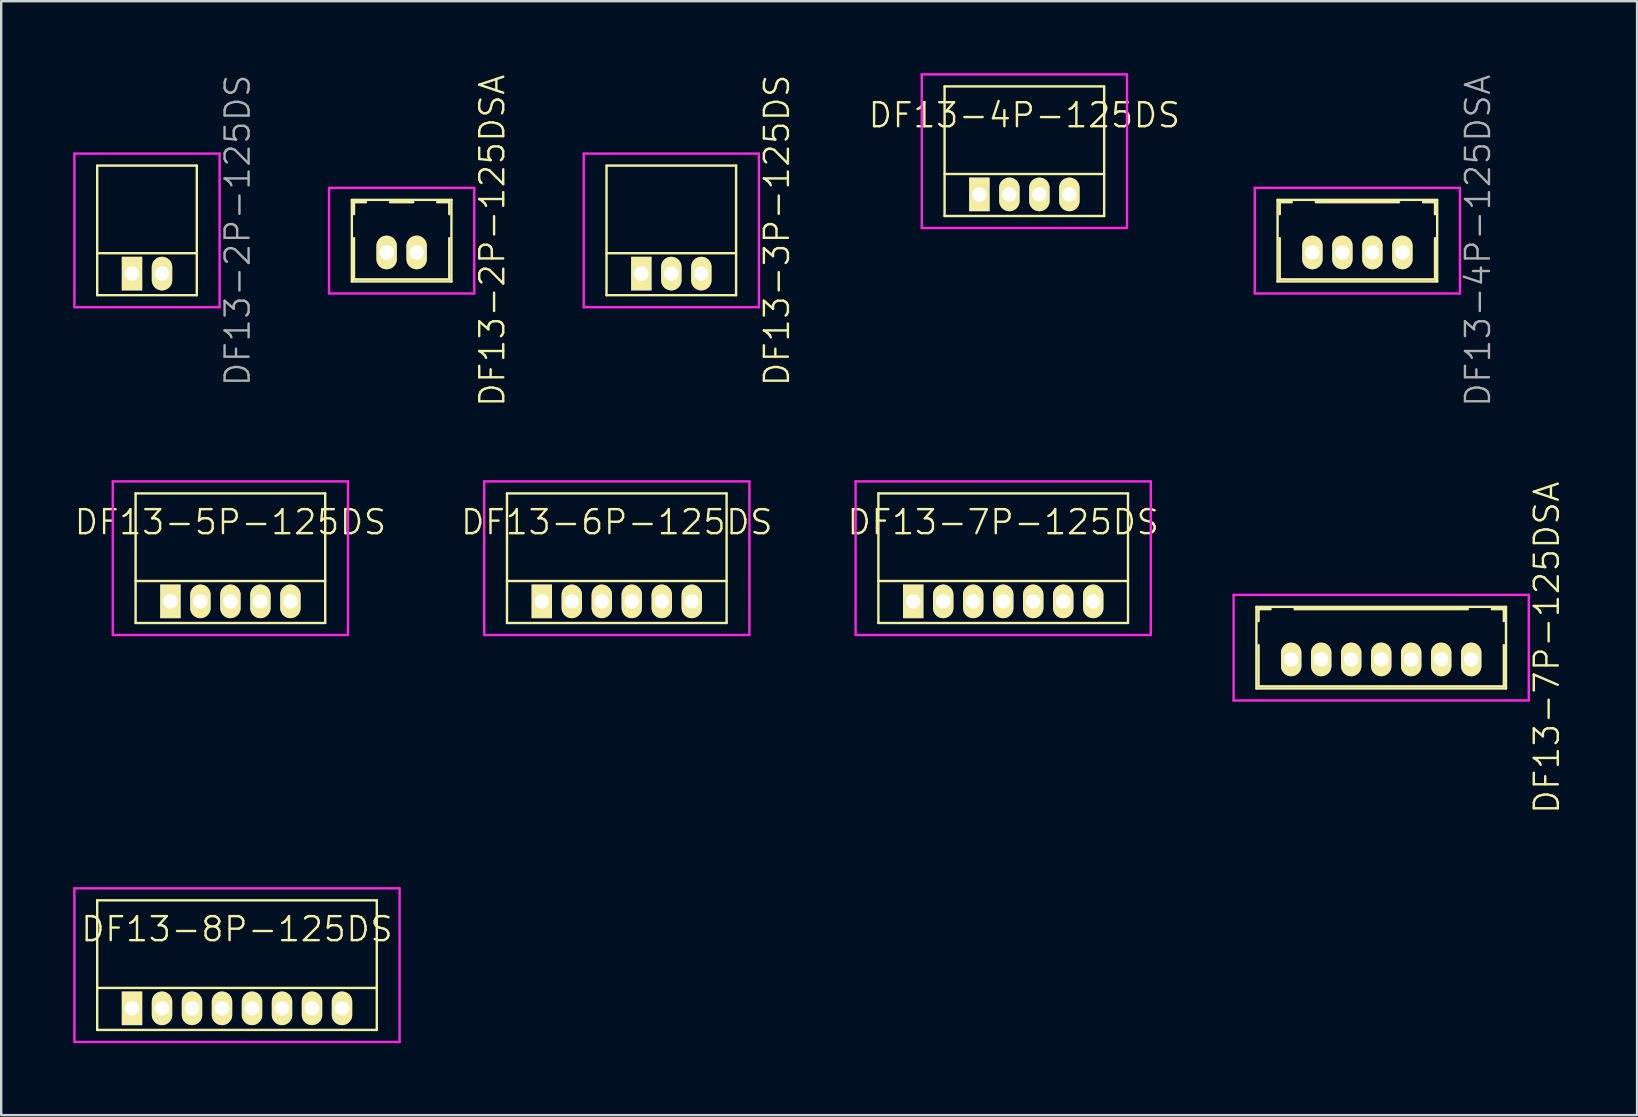
<source format=kicad_pcb>
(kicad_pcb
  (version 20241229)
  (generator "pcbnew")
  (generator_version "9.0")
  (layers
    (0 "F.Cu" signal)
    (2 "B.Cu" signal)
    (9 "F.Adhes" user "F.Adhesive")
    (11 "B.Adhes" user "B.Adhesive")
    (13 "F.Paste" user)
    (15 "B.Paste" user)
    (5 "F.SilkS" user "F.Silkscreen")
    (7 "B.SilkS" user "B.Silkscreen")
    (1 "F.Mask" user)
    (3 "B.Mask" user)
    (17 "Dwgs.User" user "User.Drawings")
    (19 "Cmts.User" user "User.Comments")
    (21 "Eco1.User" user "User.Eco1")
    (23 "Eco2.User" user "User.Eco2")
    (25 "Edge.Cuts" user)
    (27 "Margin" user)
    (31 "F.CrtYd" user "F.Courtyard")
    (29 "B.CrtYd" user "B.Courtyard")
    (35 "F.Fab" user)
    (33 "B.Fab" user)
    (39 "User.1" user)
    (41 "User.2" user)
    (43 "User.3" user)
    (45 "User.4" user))
  (footprint "DF13-6P-125DS"
    (layer "F.Cu")
    (at 22.65 22.007)
    (property "Reference" "DF13-6P-125DS" (at 0 -3.3 0) (layer "F.SilkS") (effects (font (size 1 1) (thickness 0.1))))
    (attr through_hole)
    (fp_line (start -4.575 -4.5) (end -4.575 0.9) (stroke (width 0.1) (type solid)) (layer "F.SilkS"))
    (fp_line (start -4.575 -4.5) (end 4.575 -4.5) (stroke (width 0.1) (type solid)) (layer "F.SilkS"))
    (fp_line (start -4.575 -0.85) (end 4.575 -0.85) (stroke (width 0.1) (type solid)) (layer "F.SilkS"))
    (fp_line (start -4.575 0.9) (end 4.575 0.9) (stroke (width 0.1) (type solid)) (layer "F.SilkS"))
    (fp_line (start 4.575 -4.5) (end 4.575 0.9) (stroke (width 0.1) (type solid)) (layer "F.SilkS"))
    (fp_line (start -5.525 -5) (end -5.525 1.4) (stroke (width 0.1) (type solid)) (layer "F.CrtYd"))
    (fp_line (start -5.525 1.4) (end 5.525 1.4) (stroke (width 0.1) (type solid)) (layer "F.CrtYd"))
    (fp_line (start 5.525 -5) (end -5.525 -5) (stroke (width 0.1) (type solid)) (layer "F.CrtYd"))
    (fp_line (start 5.525 1.4) (end 5.525 -5) (stroke (width 0.1) (type solid)) (layer "F.CrtYd"))
    (pad "1" thru_hole rect (at -3.125 0) (size 0.85 1.4) (drill 0.6) (layers "*.Cu" "*.Mask" "F.SilkS"))
    (pad "2" thru_hole oval (at -1.875 0) (size 0.85 1.4) (drill 0.6) (layers "*.Cu" "*.Mask" "F.SilkS"))
    (pad "3" thru_hole oval (at -0.625 0) (size 0.85 1.4) (drill 0.6) (layers "*.Cu" "*.Mask" "F.SilkS"))
    (pad "4" thru_hole oval (at 0.625 0) (size 0.85 1.4) (drill 0.6) (layers "*.Cu" "*.Mask" "F.SilkS"))
    (pad "5" thru_hole oval (at 1.875 0) (size 0.85 1.4) (drill 0.6) (layers "*.Cu" "*.Mask" "F.SilkS"))
    (pad "6" thru_hole oval (at 3.125 0) (size 0.85 1.4) (drill 0.6) (layers "*.Cu" "*.Mask" "F.SilkS")))
  (footprint "DF13-2P-125DSA"
    (layer "F.Cu")
    (at 13.685 7.469)
    (property "Reference" "DF13-2P-125DSA" (at 3.775 -0.49 90) (layer "F.SilkS") (effects (font (size 1 1) (thickness 0.1))))
    (attr through_hole)
    (fp_line (start -2.075 -2.19) (end -2.075 1.21) (stroke (width 0.1) (type solid)) (layer "F.SilkS"))
    (fp_line (start -2.075 -2.19) (end 2.075 -2.19) (stroke (width 0.1) (type solid)) (layer "F.SilkS"))
    (fp_line (start -2.075 1.21) (end 2.075 1.21) (stroke (width 0.1) (type solid)) (layer "F.SilkS"))
    (fp_line (start -1.985 -2.095) (end -1.985 -1.595) (stroke (width 0.1) (type solid)) (layer "F.SilkS"))
    (fp_line (start -1.985 -2.095) (end -1.485 -2.095) (stroke (width 0.1) (type solid)) (layer "F.SilkS"))
    (fp_line (start -1.985 -0.595) (end -1.985 1.12) (stroke (width 0.1) (type solid)) (layer "F.SilkS"))
    (fp_line (start -1.985 1.12) (end 1.985 1.12) (stroke (width 0.1) (type solid)) (layer "F.SilkS"))
    (fp_line (start -0.485 -2.095) (end 0.485 -2.095) (stroke (width 0.1) (type solid)) (layer "F.SilkS"))
    (fp_line (start 1.485 -2.095) (end 1.985 -2.095) (stroke (width 0.1) (type solid)) (layer "F.SilkS"))
    (fp_line (start 1.985 -2.095) (end 1.985 -1.595) (stroke (width 0.1) (type solid)) (layer "F.SilkS"))
    (fp_line (start 1.985 -0.595) (end 1.985 1.12) (stroke (width 0.1) (type solid)) (layer "F.SilkS"))
    (fp_line (start 2.075 -2.19) (end 2.075 1.21) (stroke (width 0.1) (type solid)) (layer "F.SilkS"))
    (fp_line (start -3.025 -2.69) (end -3.025 1.71) (stroke (width 0.1) (type solid)) (layer "F.CrtYd"))
    (fp_line (start -3.025 1.71) (end 3.025 1.71) (stroke (width 0.1) (type solid)) (layer "F.CrtYd"))
    (fp_line (start 3.025 -2.69) (end -3.025 -2.69) (stroke (width 0.1) (type solid)) (layer "F.CrtYd"))
    (fp_line (start 3.025 1.71) (end 3.025 -2.69) (stroke (width 0.1) (type solid)) (layer "F.CrtYd"))
    (pad "1" thru_hole oval (at -0.625 0) (size 0.85 1.4) (drill 0.6) (layers "*.Cu" "*.Mask" "F.SilkS"))
    (pad "2" thru_hole oval (at 0.625 0) (size 0.85 1.4) (drill 0.6) (layers "*.Cu" "*.Mask" "F.SilkS")))
  (footprint "DF13-7P-125DS"
    (layer "F.Cu")
    (at 38.75 22.007)
    (property "Reference" "DF13-7P-125DS" (at 0 -3.3 0) (layer "F.SilkS") (effects (font (size 1 1) (thickness 0.1))))
    (attr through_hole)
    (fp_line (start -5.2 -4.5) (end -5.2 0.9) (stroke (width 0.1) (type solid)) (layer "F.SilkS"))
    (fp_line (start -5.2 -4.5) (end 5.2 -4.5) (stroke (width 0.1) (type solid)) (layer "F.SilkS"))
    (fp_line (start -5.2 -0.85) (end 5.2 -0.85) (stroke (width 0.1) (type solid)) (layer "F.SilkS"))
    (fp_line (start -5.2 0.9) (end 5.2 0.9) (stroke (width 0.1) (type solid)) (layer "F.SilkS"))
    (fp_line (start 5.2 -4.5) (end 5.2 0.9) (stroke (width 0.1) (type solid)) (layer "F.SilkS"))
    (fp_line (start -6.15 -5) (end -6.15 1.4) (stroke (width 0.1) (type solid)) (layer "F.CrtYd"))
    (fp_line (start -6.15 1.4) (end 6.15 1.4) (stroke (width 0.1) (type solid)) (layer "F.CrtYd"))
    (fp_line (start 6.15 -5) (end -6.15 -5) (stroke (width 0.1) (type solid)) (layer "F.CrtYd"))
    (fp_line (start 6.15 1.4) (end 6.15 -5) (stroke (width 0.1) (type solid)) (layer "F.CrtYd"))
    (pad "1" thru_hole rect (at -3.75 0) (size 0.85 1.4) (drill 0.6) (layers "*.Cu" "*.Mask" "F.SilkS"))
    (pad "2" thru_hole oval (at -2.5 0) (size 0.85 1.4) (drill 0.6) (layers "*.Cu" "*.Mask" "F.SilkS"))
    (pad "3" thru_hole oval (at -1.25 0) (size 0.85 1.4) (drill 0.6) (layers "*.Cu" "*.Mask" "F.SilkS"))
    (pad "4" thru_hole oval (at 0 0) (size 0.85 1.4) (drill 0.6) (layers "*.Cu" "*.Mask" "F.SilkS"))
    (pad "5" thru_hole oval (at 1.25 0) (size 0.85 1.4) (drill 0.6) (layers "*.Cu" "*.Mask" "F.SilkS"))
    (pad "6" thru_hole oval (at 2.5 0) (size 0.85 1.4) (drill 0.6) (layers "*.Cu" "*.Mask" "F.SilkS"))
    (pad "7" thru_hole oval (at 3.75 0) (size 0.85 1.4) (drill 0.6) (layers "*.Cu" "*.Mask" "F.SilkS")))
  (footprint "DF13-2P-125DS"
    (layer "F.Cu")
    (at 3.075 8.35)
    (property "Reference" "DF13-2P-125DS" (at 3.775 -1.8 90) (layer "F.Fab") (effects (font (size 1 1) (thickness 0.1))))
    (attr through_hole)
    (fp_line (start -2.075 -4.5) (end -2.075 0.9) (stroke (width 0.1) (type solid)) (layer "F.SilkS"))
    (fp_line (start -2.075 -4.5) (end 2.075 -4.5) (stroke (width 0.1) (type solid)) (layer "F.SilkS"))
    (fp_line (start -2.075 -0.85) (end 2.075 -0.85) (stroke (width 0.1) (type solid)) (layer "F.SilkS"))
    (fp_line (start -2.075 0.9) (end 2.075 0.9) (stroke (width 0.1) (type solid)) (layer "F.SilkS"))
    (fp_line (start 2.075 -4.5) (end 2.075 0.9) (stroke (width 0.1) (type solid)) (layer "F.SilkS"))
    (fp_line (start -3.025 -5) (end -3.025 1.4) (stroke (width 0.1) (type solid)) (layer "F.CrtYd"))
    (fp_line (start -3.025 1.4) (end 3.025 1.4) (stroke (width 0.1) (type solid)) (layer "F.CrtYd"))
    (fp_line (start 3.025 -5) (end -3.025 -5) (stroke (width 0.1) (type solid)) (layer "F.CrtYd"))
    (fp_line (start 3.025 1.4) (end 3.025 -5) (stroke (width 0.1) (type solid)) (layer "F.CrtYd"))
    (pad "1" thru_hole rect (at -0.625 0) (size 0.85 1.4) (drill 0.6) (layers "*.Cu" "*.Mask" "F.SilkS"))
    (pad "2" thru_hole oval (at 0.625 0) (size 0.85 1.4) (drill 0.6) (layers "*.Cu" "*.Mask" "F.SilkS")))
  (footprint "DF13-4P-125DSA"
    (layer "F.Cu")
    (at 53.507 7.469)
    (property "Reference" "DF13-4P-125DSA" (at 5.025 -0.49 90) (layer "F.Fab") (effects (font (size 1 1) (thickness 0.1))))
    (attr through_hole)
    (fp_line (start -3.325 -2.19) (end -3.325 1.21) (stroke (width 0.1) (type solid)) (layer "F.SilkS"))
    (fp_line (start -3.325 -2.19) (end 3.325 -2.19) (stroke (width 0.1) (type solid)) (layer "F.SilkS"))
    (fp_line (start -3.325 1.21) (end 3.325 1.21) (stroke (width 0.1) (type solid)) (layer "F.SilkS"))
    (fp_line (start -3.235 -2.095) (end -3.235 -1.595) (stroke (width 0.1) (type solid)) (layer "F.SilkS"))
    (fp_line (start -3.235 -2.095) (end -2.735 -2.095) (stroke (width 0.1) (type solid)) (layer "F.SilkS"))
    (fp_line (start -3.235 -0.595) (end -3.235 1.12) (stroke (width 0.1) (type solid)) (layer "F.SilkS"))
    (fp_line (start -3.235 1.12) (end 3.235 1.12) (stroke (width 0.1) (type solid)) (layer "F.SilkS"))
    (fp_line (start -1.735 -2.095) (end 1.735 -2.095) (stroke (width 0.1) (type solid)) (layer "F.SilkS"))
    (fp_line (start 2.735 -2.095) (end 3.235 -2.095) (stroke (width 0.1) (type solid)) (layer "F.SilkS"))
    (fp_line (start 3.235 -2.095) (end 3.235 -1.595) (stroke (width 0.1) (type solid)) (layer "F.SilkS"))
    (fp_line (start 3.235 -0.595) (end 3.235 1.12) (stroke (width 0.1) (type solid)) (layer "F.SilkS"))
    (fp_line (start 3.325 -2.19) (end 3.325 1.21) (stroke (width 0.1) (type solid)) (layer "F.SilkS"))
    (fp_line (start -4.275 -2.69) (end -4.275 1.71) (stroke (width 0.1) (type solid)) (layer "F.CrtYd"))
    (fp_line (start -4.275 1.71) (end 4.275 1.71) (stroke (width 0.1) (type solid)) (layer "F.CrtYd"))
    (fp_line (start 4.275 -2.69) (end -4.275 -2.69) (stroke (width 0.1) (type solid)) (layer "F.CrtYd"))
    (fp_line (start 4.275 1.71) (end 4.275 -2.69) (stroke (width 0.1) (type solid)) (layer "F.CrtYd"))
    (pad "1" thru_hole oval (at -1.875 0) (size 0.85 1.4) (drill 0.6) (layers "*.Cu" "*.Mask" "F.SilkS"))
    (pad "2" thru_hole oval (at -0.625 0) (size 0.85 1.4) (drill 0.6) (layers "*.Cu" "*.Mask" "F.SilkS"))
    (pad "3" thru_hole oval (at 0.625 0) (size 0.85 1.4) (drill 0.6) (layers "*.Cu" "*.Mask" "F.SilkS"))
    (pad "4" thru_hole oval (at 1.875 0) (size 0.85 1.4) (drill 0.6) (layers "*.Cu" "*.Mask" "F.SilkS")))
  (footprint "DF13-4P-125DS"
    (layer "F.Cu")
    (at 39.632 5.05)
    (property "Reference" "DF13-4P-125DS" (at 0 -3.3 0) (layer "F.SilkS") (effects (font (size 1 1) (thickness 0.1))))
    (attr through_hole)
    (fp_line (start -3.325 -4.5) (end -3.325 0.9) (stroke (width 0.1) (type solid)) (layer "F.SilkS"))
    (fp_line (start -3.325 -4.5) (end 3.325 -4.5) (stroke (width 0.1) (type solid)) (layer "F.SilkS"))
    (fp_line (start -3.325 -0.85) (end 3.325 -0.85) (stroke (width 0.1) (type solid)) (layer "F.SilkS"))
    (fp_line (start -3.325 0.9) (end 3.325 0.9) (stroke (width 0.1) (type solid)) (layer "F.SilkS"))
    (fp_line (start 3.325 -4.5) (end 3.325 0.9) (stroke (width 0.1) (type solid)) (layer "F.SilkS"))
    (fp_line (start -4.275 -5) (end -4.275 1.4) (stroke (width 0.1) (type solid)) (layer "F.CrtYd"))
    (fp_line (start -4.275 1.4) (end 4.275 1.4) (stroke (width 0.1) (type solid)) (layer "F.CrtYd"))
    (fp_line (start 4.275 -5) (end -4.275 -5) (stroke (width 0.1) (type solid)) (layer "F.CrtYd"))
    (fp_line (start 4.275 1.4) (end 4.275 -5) (stroke (width 0.1) (type solid)) (layer "F.CrtYd"))
    (pad "1" thru_hole rect (at -1.875 0) (size 0.85 1.4) (drill 0.6) (layers "*.Cu" "*.Mask" "F.SilkS"))
    (pad "2" thru_hole oval (at -0.625 0) (size 0.85 1.4) (drill 0.6) (layers "*.Cu" "*.Mask" "F.SilkS"))
    (pad "3" thru_hole oval (at 0.625 0) (size 0.85 1.4) (drill 0.6) (layers "*.Cu" "*.Mask" "F.SilkS"))
    (pad "4" thru_hole oval (at 1.875 0) (size 0.85 1.4) (drill 0.6) (layers "*.Cu" "*.Mask" "F.SilkS")))
  (footprint "DF13-8P-125DS"
    (layer "F.Cu")
    (at 6.825 38.964)
    (property "Reference" "DF13-8P-125DS" (at 0 -3.3 0) (layer "F.SilkS") (effects (font (size 1 1) (thickness 0.1))))
    (attr through_hole)
    (fp_line (start -5.825 -4.5) (end -5.825 0.9) (stroke (width 0.1) (type solid)) (layer "F.SilkS"))
    (fp_line (start -5.825 -4.5) (end 5.825 -4.5) (stroke (width 0.1) (type solid)) (layer "F.SilkS"))
    (fp_line (start -5.825 -0.85) (end 5.825 -0.85) (stroke (width 0.1) (type solid)) (layer "F.SilkS"))
    (fp_line (start -5.825 0.9) (end 5.825 0.9) (stroke (width 0.1) (type solid)) (layer "F.SilkS"))
    (fp_line (start 5.825 -4.5) (end 5.825 0.9) (stroke (width 0.1) (type solid)) (layer "F.SilkS"))
    (fp_line (start -6.775 -5) (end -6.775 1.4) (stroke (width 0.1) (type solid)) (layer "F.CrtYd"))
    (fp_line (start -6.775 1.4) (end 6.775 1.4) (stroke (width 0.1) (type solid)) (layer "F.CrtYd"))
    (fp_line (start 6.775 -5) (end -6.775 -5) (stroke (width 0.1) (type solid)) (layer "F.CrtYd"))
    (fp_line (start 6.775 1.4) (end 6.775 -5) (stroke (width 0.1) (type solid)) (layer "F.CrtYd"))
    (pad "1" thru_hole rect (at -4.375 0) (size 0.85 1.4) (drill 0.6) (layers "*.Cu" "*.Mask" "F.SilkS"))
    (pad "2" thru_hole oval (at -3.125 0) (size 0.85 1.4) (drill 0.6) (layers "*.Cu" "*.Mask" "F.SilkS"))
    (pad "3" thru_hole oval (at -1.875 0) (size 0.85 1.4) (drill 0.6) (layers "*.Cu" "*.Mask" "F.SilkS"))
    (pad "4" thru_hole oval (at -0.625 0) (size 0.85 1.4) (drill 0.6) (layers "*.Cu" "*.Mask" "F.SilkS"))
    (pad "5" thru_hole oval (at 0.625 0) (size 0.85 1.4) (drill 0.6) (layers "*.Cu" "*.Mask" "F.SilkS"))
    (pad "6" thru_hole oval (at 1.875 0) (size 0.85 1.4) (drill 0.6) (layers "*.Cu" "*.Mask" "F.SilkS"))
    (pad "7" thru_hole oval (at 3.125 0) (size 0.85 1.4) (drill 0.6) (layers "*.Cu" "*.Mask" "F.SilkS"))
    (pad "8" thru_hole oval (at 4.375 0) (size 0.85 1.4) (drill 0.6) (layers "*.Cu" "*.Mask" "F.SilkS")))
  (footprint "DF13-7P-125DSA"
    (layer "F.Cu")
    (at 54.5 24.426)
    (property "Reference" "DF13-7P-125DSA" (at 6.9 -0.49 90) (layer "F.SilkS") (effects (font (size 1 1) (thickness 0.1))))
    (attr through_hole)
    (fp_line (start -5.2 -2.19) (end -5.2 1.21) (stroke (width 0.1) (type solid)) (layer "F.SilkS"))
    (fp_line (start -5.2 -2.19) (end 5.2 -2.19) (stroke (width 0.1) (type solid)) (layer "F.SilkS"))
    (fp_line (start -5.2 1.21) (end 5.2 1.21) (stroke (width 0.1) (type solid)) (layer "F.SilkS"))
    (fp_line (start -5.11 -2.095) (end -5.11 -1.595) (stroke (width 0.1) (type solid)) (layer "F.SilkS"))
    (fp_line (start -5.11 -2.095) (end -4.61 -2.095) (stroke (width 0.1) (type solid)) (layer "F.SilkS"))
    (fp_line (start -5.11 -0.595) (end -5.11 1.12) (stroke (width 0.1) (type solid)) (layer "F.SilkS"))
    (fp_line (start -5.11 1.12) (end 5.11 1.12) (stroke (width 0.1) (type solid)) (layer "F.SilkS"))
    (fp_line (start -3.61 -2.095) (end 3.61 -2.095) (stroke (width 0.1) (type solid)) (layer "F.SilkS"))
    (fp_line (start 4.61 -2.095) (end 5.11 -2.095) (stroke (width 0.1) (type solid)) (layer "F.SilkS"))
    (fp_line (start 5.11 -2.095) (end 5.11 -1.595) (stroke (width 0.1) (type solid)) (layer "F.SilkS"))
    (fp_line (start 5.11 -0.595) (end 5.11 1.12) (stroke (width 0.1) (type solid)) (layer "F.SilkS"))
    (fp_line (start 5.2 -2.19) (end 5.2 1.21) (stroke (width 0.1) (type solid)) (layer "F.SilkS"))
    (fp_line (start -6.15 -2.69) (end -6.15 1.71) (stroke (width 0.1) (type solid)) (layer "F.CrtYd"))
    (fp_line (start -6.15 1.71) (end 6.15 1.71) (stroke (width 0.1) (type solid)) (layer "F.CrtYd"))
    (fp_line (start 6.15 -2.69) (end -6.15 -2.69) (stroke (width 0.1) (type solid)) (layer "F.CrtYd"))
    (fp_line (start 6.15 1.71) (end 6.15 -2.69) (stroke (width 0.1) (type solid)) (layer "F.CrtYd"))
    (pad "1" thru_hole oval (at -3.75 0) (size 0.85 1.4) (drill 0.6) (layers "*.Cu" "*.Mask" "F.SilkS"))
    (pad "2" thru_hole oval (at -2.5 0) (size 0.85 1.4) (drill 0.6) (layers "*.Cu" "*.Mask" "F.SilkS"))
    (pad "3" thru_hole oval (at -1.25 0) (size 0.85 1.4) (drill 0.6) (layers "*.Cu" "*.Mask" "F.SilkS"))
    (pad "4" thru_hole oval (at 0 0) (size 0.85 1.4) (drill 0.6) (layers "*.Cu" "*.Mask" "F.SilkS"))
    (pad "5" thru_hole oval (at 1.25 0) (size 0.85 1.4) (drill 0.6) (layers "*.Cu" "*.Mask" "F.SilkS"))
    (pad "6" thru_hole oval (at 2.5 0) (size 0.85 1.4) (drill 0.6) (layers "*.Cu" "*.Mask" "F.SilkS"))
    (pad "7" thru_hole oval (at 3.75 0) (size 0.85 1.4) (drill 0.6) (layers "*.Cu" "*.Mask" "F.SilkS")))
  (footprint "DF13-3P-125DS"
    (layer "F.Cu")
    (at 24.921 8.35)
    (property "Reference" "DF13-3P-125DS" (at 4.4 -1.8 90) (layer "F.SilkS") (effects (font (size 1 1) (thickness 0.1))))
    (attr through_hole)
    (fp_line (start -2.7 -4.5) (end -2.7 0.9) (stroke (width 0.1) (type solid)) (layer "F.SilkS"))
    (fp_line (start -2.7 -4.5) (end 2.7 -4.5) (stroke (width 0.1) (type solid)) (layer "F.SilkS"))
    (fp_line (start -2.7 -0.85) (end 2.7 -0.85) (stroke (width 0.1) (type solid)) (layer "F.SilkS"))
    (fp_line (start -2.7 0.9) (end 2.7 0.9) (stroke (width 0.1) (type solid)) (layer "F.SilkS"))
    (fp_line (start 2.7 -4.5) (end 2.7 0.9) (stroke (width 0.1) (type solid)) (layer "F.SilkS"))
    (fp_line (start -3.65 -5) (end -3.65 1.4) (stroke (width 0.1) (type solid)) (layer "F.CrtYd"))
    (fp_line (start -3.65 1.4) (end 3.65 1.4) (stroke (width 0.1) (type solid)) (layer "F.CrtYd"))
    (fp_line (start 3.65 -5) (end -3.65 -5) (stroke (width 0.1) (type solid)) (layer "F.CrtYd"))
    (fp_line (start 3.65 1.4) (end 3.65 -5) (stroke (width 0.1) (type solid)) (layer "F.CrtYd"))
    (pad "1" thru_hole rect (at -1.25 0) (size 0.85 1.4) (drill 0.6) (layers "*.Cu" "*.Mask" "F.SilkS"))
    (pad "2" thru_hole oval (at 0 0) (size 0.85 1.4) (drill 0.6) (layers "*.Cu" "*.Mask" "F.SilkS"))
    (pad "3" thru_hole oval (at 1.25 0) (size 0.85 1.4) (drill 0.6) (layers "*.Cu" "*.Mask" "F.SilkS")))
  (footprint "DF13-5P-125DS"
    (layer "F.Cu")
    (at 6.55 22.007)
    (property "Reference" "DF13-5P-125DS" (at 0 -3.3 0) (layer "F.SilkS") (effects (font (size 1 1) (thickness 0.1))))
    (attr through_hole)
    (fp_line (start -3.95 -4.5) (end -3.95 0.9) (stroke (width 0.1) (type solid)) (layer "F.SilkS"))
    (fp_line (start -3.95 -4.5) (end 3.95 -4.5) (stroke (width 0.1) (type solid)) (layer "F.SilkS"))
    (fp_line (start -3.95 -0.85) (end 3.95 -0.85) (stroke (width 0.1) (type solid)) (layer "F.SilkS"))
    (fp_line (start -3.95 0.9) (end 3.95 0.9) (stroke (width 0.1) (type solid)) (layer "F.SilkS"))
    (fp_line (start 3.95 -4.5) (end 3.95 0.9) (stroke (width 0.1) (type solid)) (layer "F.SilkS"))
    (fp_line (start -4.9 -5) (end -4.9 1.4) (stroke (width 0.1) (type solid)) (layer "F.CrtYd"))
    (fp_line (start -4.9 1.4) (end 4.9 1.4) (stroke (width 0.1) (type solid)) (layer "F.CrtYd"))
    (fp_line (start 4.9 -5) (end -4.9 -5) (stroke (width 0.1) (type solid)) (layer "F.CrtYd"))
    (fp_line (start 4.9 1.4) (end 4.9 -5) (stroke (width 0.1) (type solid)) (layer "F.CrtYd"))
    (pad "1" thru_hole rect (at -2.5 0) (size 0.85 1.4) (drill 0.6) (layers "*.Cu" "*.Mask" "F.SilkS"))
    (pad "2" thru_hole oval (at -1.25 0) (size 0.85 1.4) (drill 0.6) (layers "*.Cu" "*.Mask" "F.SilkS"))
    (pad "3" thru_hole oval (at 0 0) (size 0.85 1.4) (drill 0.6) (layers "*.Cu" "*.Mask" "F.SilkS"))
    (pad "4" thru_hole oval (at 1.25 0) (size 0.85 1.4) (drill 0.6) (layers "*.Cu" "*.Mask" "F.SilkS"))
    (pad "5" thru_hole oval (at 2.5 0) (size 0.85 1.4) (drill 0.6) (layers "*.Cu" "*.Mask" "F.SilkS")))
  (gr_rect
    (start -3 -3)
    (end 65.16 43.414)
    (stroke (width 0.1) (type default))
    (fill no)
    (layer "Edge.Cuts")))
</source>
